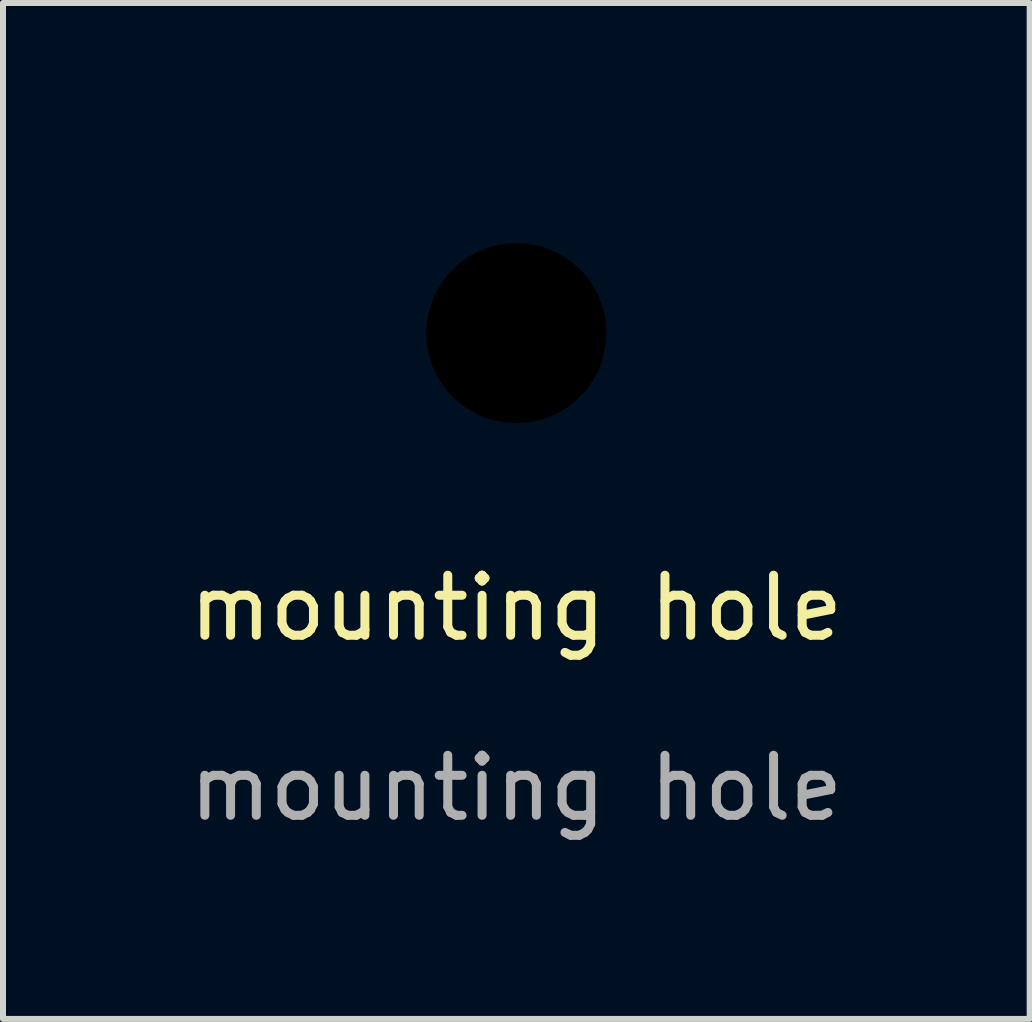
<source format=kicad_pcb>
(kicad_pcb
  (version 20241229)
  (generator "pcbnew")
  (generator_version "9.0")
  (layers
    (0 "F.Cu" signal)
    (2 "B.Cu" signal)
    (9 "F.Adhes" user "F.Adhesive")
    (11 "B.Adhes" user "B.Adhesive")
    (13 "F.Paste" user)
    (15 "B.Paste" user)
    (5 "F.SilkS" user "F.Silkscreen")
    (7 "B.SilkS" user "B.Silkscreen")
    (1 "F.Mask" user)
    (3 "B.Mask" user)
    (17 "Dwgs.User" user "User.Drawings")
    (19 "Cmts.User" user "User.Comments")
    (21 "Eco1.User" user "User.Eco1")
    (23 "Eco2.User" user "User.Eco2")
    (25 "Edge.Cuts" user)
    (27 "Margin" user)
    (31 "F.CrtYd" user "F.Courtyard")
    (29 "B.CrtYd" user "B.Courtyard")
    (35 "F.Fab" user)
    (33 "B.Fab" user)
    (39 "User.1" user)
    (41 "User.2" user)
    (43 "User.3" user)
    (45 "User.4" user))
  (footprint "mounting hole"
    (layer "F.Cu")
    (at 5.554 7.58)
    (property "Reference" "mounting hole" (at 0 -0.5 0) (unlocked yes) (layer "F.SilkS") (effects (font (size 1 1) (thickness 0.15))))
    (attr through_hole)
    (fp_text user "${REFERENCE}" (at 0 2.5 0) (unlocked yes) (layer "F.Fab") (effects (font (size 1 1) (thickness 0.15))))
    (pad "" np_thru_hole circle (at 0 -5.08) (size 5 5) (drill 3) (layers "*.Mask")))
  (gr_rect
    (start -3 -3)
    (end 14.107 13.928)
    (stroke (width 0.1) (type default))
    (fill no)
    (layer "Edge.Cuts")))
</source>
